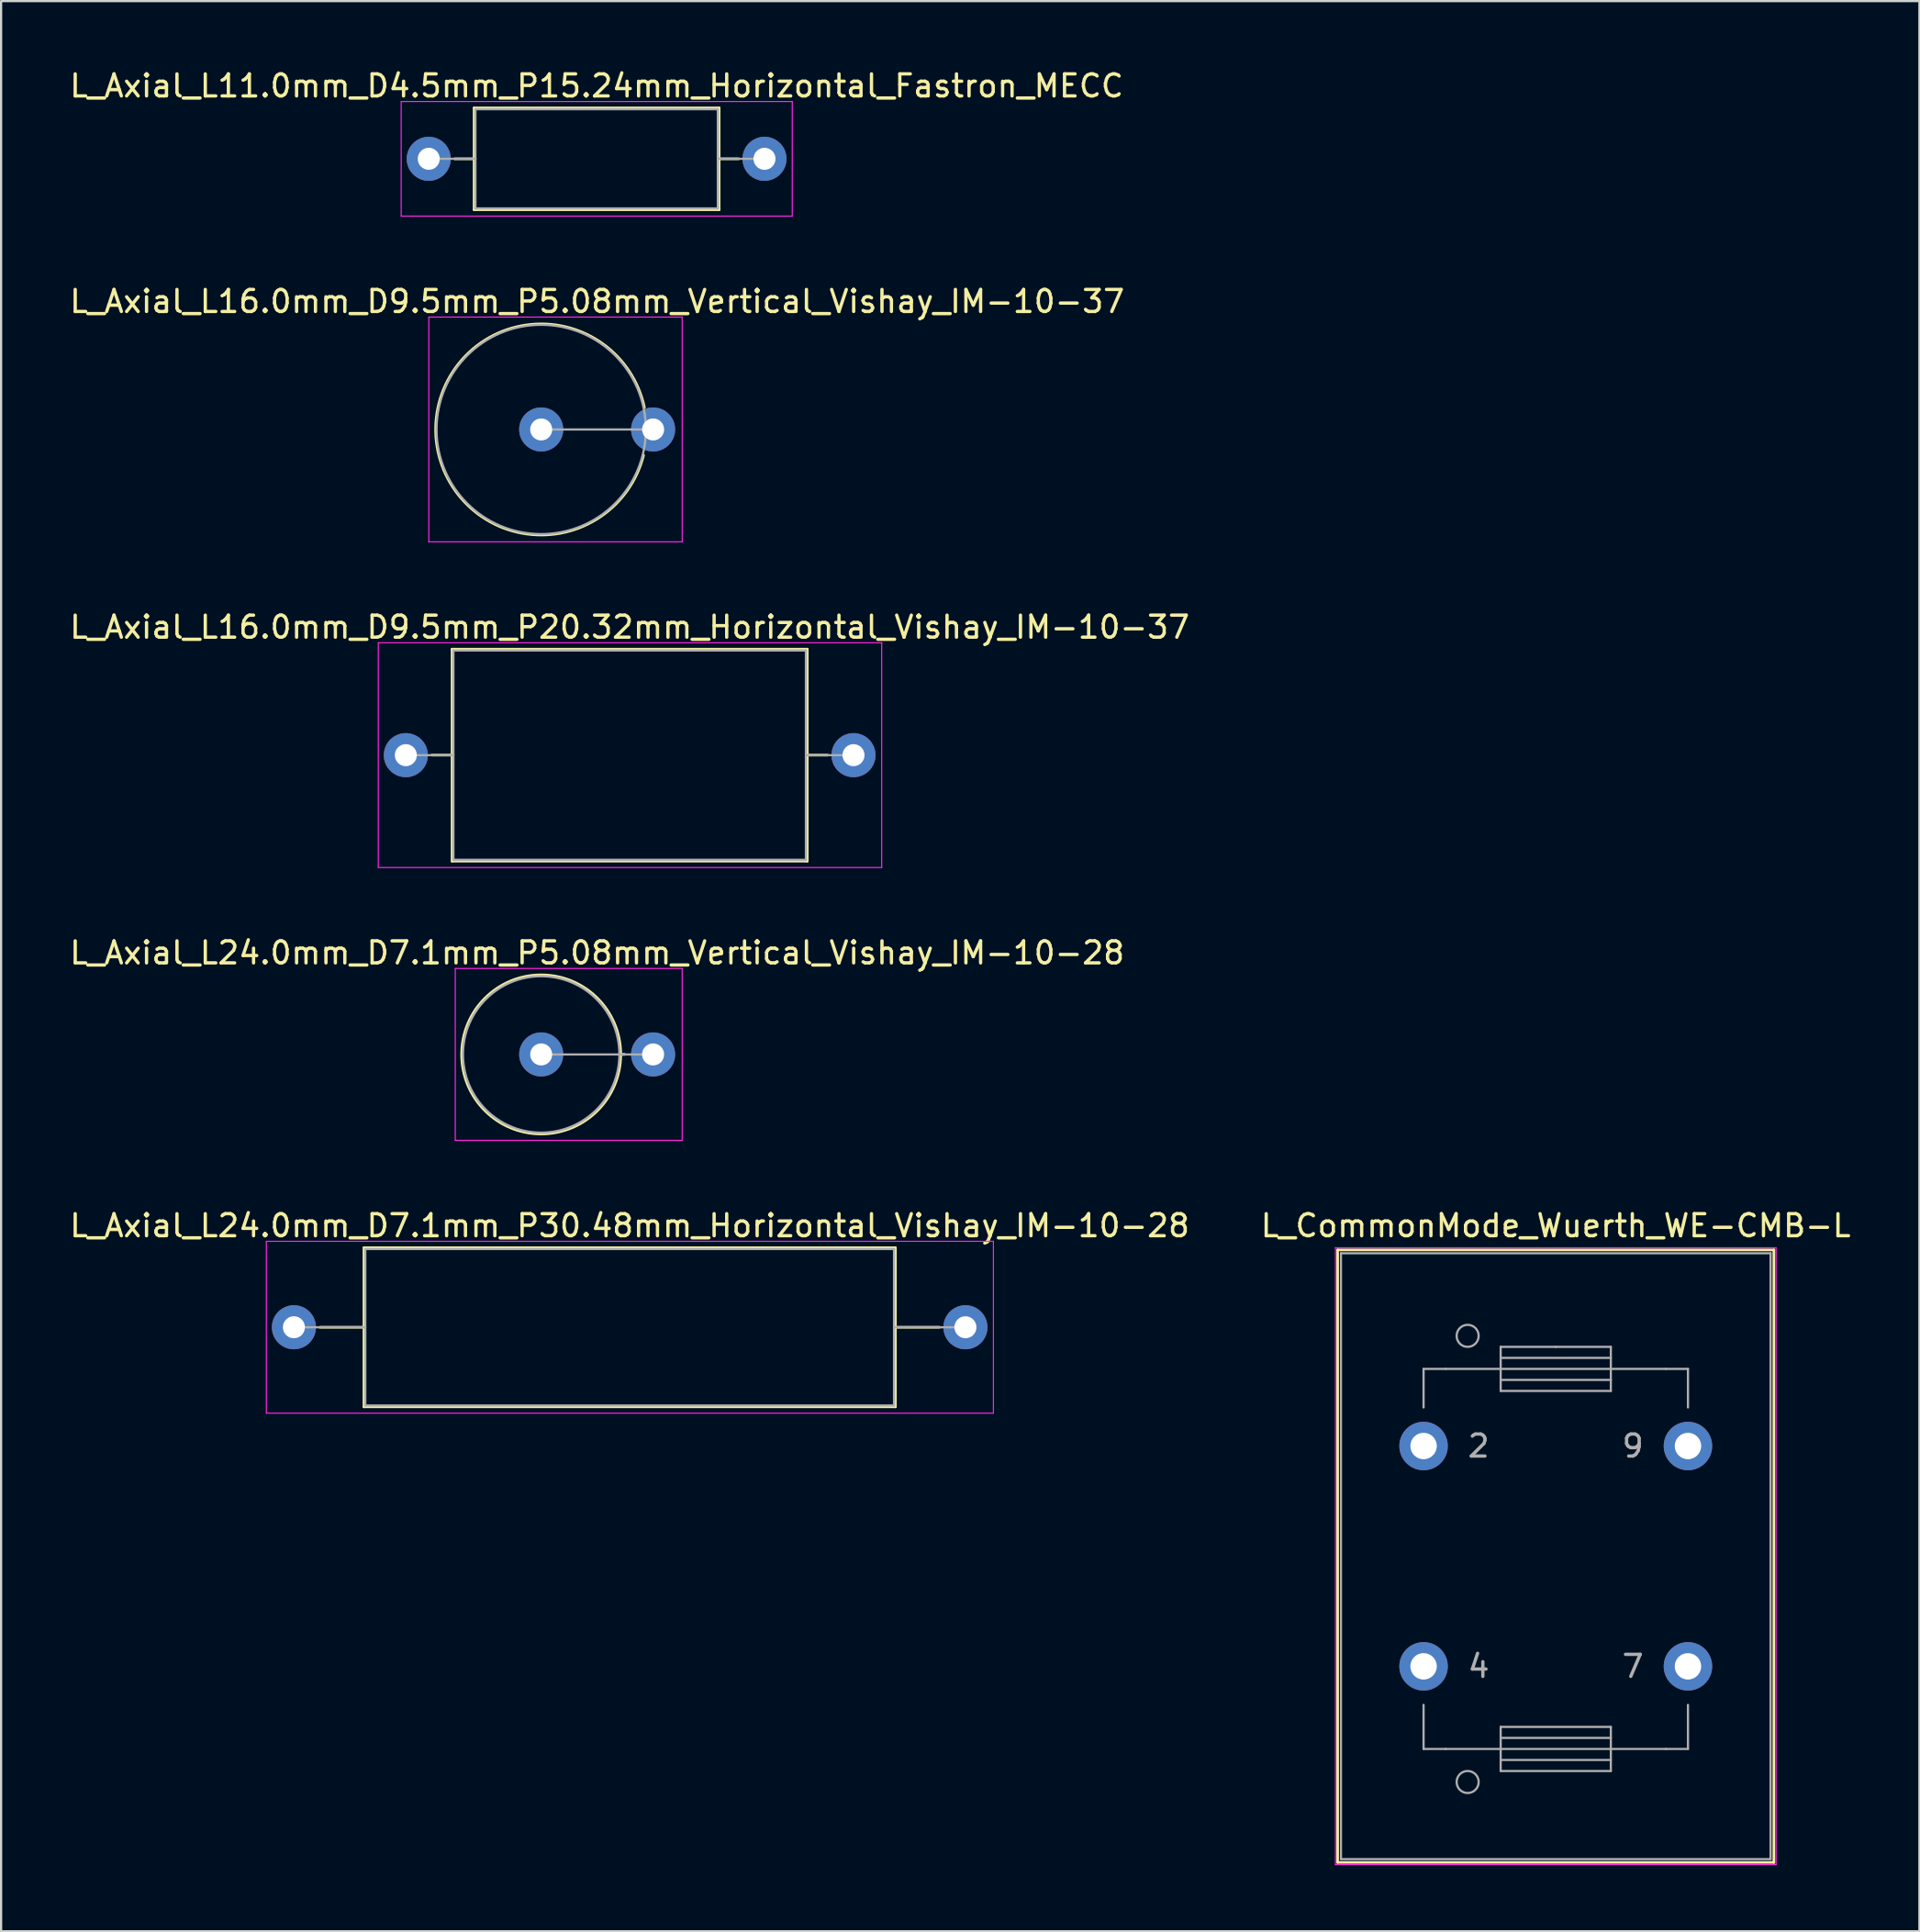
<source format=kicad_pcb>
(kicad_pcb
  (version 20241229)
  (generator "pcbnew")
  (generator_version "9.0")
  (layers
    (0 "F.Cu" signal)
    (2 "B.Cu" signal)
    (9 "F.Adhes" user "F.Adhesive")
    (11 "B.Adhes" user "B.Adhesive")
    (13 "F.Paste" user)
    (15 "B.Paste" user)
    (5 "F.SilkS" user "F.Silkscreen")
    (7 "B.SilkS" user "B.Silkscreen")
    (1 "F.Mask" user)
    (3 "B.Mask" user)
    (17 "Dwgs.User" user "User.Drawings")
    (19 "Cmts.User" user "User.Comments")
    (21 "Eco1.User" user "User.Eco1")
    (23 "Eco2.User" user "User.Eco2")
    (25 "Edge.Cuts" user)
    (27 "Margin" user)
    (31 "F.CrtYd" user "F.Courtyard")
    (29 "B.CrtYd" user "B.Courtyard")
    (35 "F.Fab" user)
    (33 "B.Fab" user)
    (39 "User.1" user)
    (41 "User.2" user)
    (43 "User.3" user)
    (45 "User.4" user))
  (footprint "L_Axial_L24.0mm_D7.1mm_P5.08mm_Vertical_Vishay_IM-10-28"
    (layer "F.Cu")
    (at 21.514 44.808)
    (property "Reference" "L_Axial_L24.0mm_D7.1mm_P5.08mm_Vertical_Vishay_IM-10-28" (at 2.54 -4.61 0) (layer "F.SilkS") (effects (font (size 1 1) (thickness 0.15))))
    (attr through_hole)
    (fp_line (start 3.61 0) (end 3.78 0) (stroke (width 0.12) (type solid)) (layer "F.SilkS"))
    (fp_circle (center 0 0) (end 3.61 0) (stroke (width 0.12) (type solid)) (fill no) (layer "F.SilkS"))
    (fp_line (start -3.9 -3.9) (end -3.9 3.9) (stroke (width 0.05) (type solid)) (layer "F.CrtYd"))
    (fp_line (start -3.9 3.9) (end 6.4 3.9) (stroke (width 0.05) (type solid)) (layer "F.CrtYd"))
    (fp_line (start 6.4 -3.9) (end -3.9 -3.9) (stroke (width 0.05) (type solid)) (layer "F.CrtYd"))
    (fp_line (start 6.4 3.9) (end 6.4 -3.9) (stroke (width 0.05) (type solid)) (layer "F.CrtYd"))
    (fp_line (start 0 0) (end 5.08 0) (stroke (width 0.1) (type solid)) (layer "F.Fab"))
    (fp_circle (center 0 0) (end 3.55 0) (stroke (width 0.1) (type solid)) (fill no) (layer "F.Fab"))
    (pad "1" thru_hole circle (at 0 0) (size 2 2) (drill 1) (layers "*.Cu" "*.Mask"))
    (pad "2" thru_hole oval (at 5.08 0) (size 2 2) (drill 1) (layers "*.Cu" "*.Mask")))
  (footprint "L_Axial_L16.0mm_D9.5mm_P5.08mm_Vertical_Vishay_IM-10-37"
    (layer "F.Cu")
    (at 21.514 16.442)
    (property "Reference" "L_Axial_L16.0mm_D9.5mm_P5.08mm_Vertical_Vishay_IM-10-37" (at 2.54 -5.81 0) (layer "F.SilkS") (effects (font (size 1 1) (thickness 0.15))))
    (attr through_hole)
    (fp_arc (start 4.645044 1.171139) (mid -4.789601 -0.087856) (end 4.684869 -1) (stroke (width 0.12) (type solid)) (layer "F.SilkS"))
    (fp_line (start -5.1 -5.1) (end -5.1 5.1) (stroke (width 0.05) (type solid)) (layer "F.CrtYd"))
    (fp_line (start -5.1 5.1) (end 6.4 5.1) (stroke (width 0.05) (type solid)) (layer "F.CrtYd"))
    (fp_line (start 6.4 -5.1) (end -5.1 -5.1) (stroke (width 0.05) (type solid)) (layer "F.CrtYd"))
    (fp_line (start 6.4 5.1) (end 6.4 -5.1) (stroke (width 0.05) (type solid)) (layer "F.CrtYd"))
    (fp_line (start 0 0) (end 5.08 0) (stroke (width 0.1) (type solid)) (layer "F.Fab"))
    (fp_circle (center 0 0) (end 4.75 0) (stroke (width 0.1) (type solid)) (fill no) (layer "F.Fab"))
    (pad "1" thru_hole circle (at 0 0) (size 2 2) (drill 1) (layers "*.Cu" "*.Mask"))
    (pad "2" thru_hole oval (at 5.08 0) (size 2 2) (drill 1) (layers "*.Cu" "*.Mask")))
  (footprint "L_CommonMode_Wuerth_WE-CMB-L"
    (layer "F.Cu")
    (at 61.565 62.581)
    (property "Reference" "L_CommonMode_Wuerth_WE-CMB-L" (at 6 -10 0) (layer "F.SilkS") (effects (font (size 1 1) (thickness 0.15))))
    (attr through_hole)
    (fp_line (start -3.9 18.9) (end -3.9 -8.9) (stroke (width 0.12) (type solid)) (layer "F.SilkS"))
    (fp_line (start -3.9 18.9) (end 15.9 18.9) (stroke (width 0.12) (type solid)) (layer "F.SilkS"))
    (fp_line (start 15.9 -8.9) (end -3.9 -8.9) (stroke (width 0.12) (type solid)) (layer "F.SilkS"))
    (fp_line (start 15.9 18.9) (end 15.9 -8.9) (stroke (width 0.12) (type solid)) (layer "F.SilkS"))
    (fp_line (start -4 -9) (end -4 19) (stroke (width 0.05) (type solid)) (layer "F.CrtYd"))
    (fp_line (start -4 19) (end 16 19) (stroke (width 0.05) (type solid)) (layer "F.CrtYd"))
    (fp_line (start 16 -9) (end -4 -9) (stroke (width 0.05) (type solid)) (layer "F.CrtYd"))
    (fp_line (start 16 19) (end 16 -9) (stroke (width 0.05) (type solid)) (layer "F.CrtYd"))
    (fp_line (start -3.75 -8.75) (end -3.75 18.75) (stroke (width 0.1) (type solid)) (layer "F.Fab"))
    (fp_line (start 0 -3.5) (end 0 -1.75) (stroke (width 0.1) (type solid)) (layer "F.Fab"))
    (fp_line (start 0 13.75) (end 0 11.75) (stroke (width 0.1) (type solid)) (layer "F.Fab"))
    (fp_line (start 1 -3.5) (end 0 -3.5) (stroke (width 0.1) (type solid)) (layer "F.Fab"))
    (fp_line (start 1 13.75) (end 0 13.75) (stroke (width 0.1) (type solid)) (layer "F.Fab"))
    (fp_line (start 1 13.75) (end 3.5 13.75) (stroke (width 0.1) (type solid)) (layer "F.Fab"))
    (fp_line (start 3.5 -4.5) (end 6 -4.5) (stroke (width 0.1) (type solid)) (layer "F.Fab"))
    (fp_line (start 3.5 -3.5) (end 1 -3.5) (stroke (width 0.1) (type solid)) (layer "F.Fab"))
    (fp_line (start 3.5 -3.5) (end 8.5 -3.5) (stroke (width 0.1) (type solid)) (layer "F.Fab"))
    (fp_line (start 3.5 -3) (end 8.5 -3) (stroke (width 0.1) (type solid)) (layer "F.Fab"))
    (fp_line (start 3.5 -2.5) (end 3.5 -4.5) (stroke (width 0.1) (type solid)) (layer "F.Fab"))
    (fp_line (start 3.5 12.75) (end 8.5 12.75) (stroke (width 0.1) (type solid)) (layer "F.Fab"))
    (fp_line (start 3.5 14.25) (end 8.5 14.25) (stroke (width 0.1) (type solid)) (layer "F.Fab"))
    (fp_line (start 3.5 14.75) (end 3.5 12.75) (stroke (width 0.1) (type solid)) (layer "F.Fab"))
    (fp_line (start 6 -4.5) (end 8.5 -4.5) (stroke (width 0.1) (type solid)) (layer "F.Fab"))
    (fp_line (start 8.5 -4.5) (end 8.5 -2.5) (stroke (width 0.1) (type solid)) (layer "F.Fab"))
    (fp_line (start 8.5 -4) (end 3.5 -4) (stroke (width 0.1) (type solid)) (layer "F.Fab"))
    (fp_line (start 8.5 -3.5) (end 11 -3.5) (stroke (width 0.1) (type solid)) (layer "F.Fab"))
    (fp_line (start 8.5 -2.5) (end 3.5 -2.5) (stroke (width 0.1) (type solid)) (layer "F.Fab"))
    (fp_line (start 8.5 12.75) (end 8.5 14.75) (stroke (width 0.1) (type solid)) (layer "F.Fab"))
    (fp_line (start 8.5 13.25) (end 3.5 13.25) (stroke (width 0.1) (type solid)) (layer "F.Fab"))
    (fp_line (start 8.5 13.75) (end 3.5 13.75) (stroke (width 0.1) (type solid)) (layer "F.Fab"))
    (fp_line (start 8.5 14.75) (end 3.5 14.75) (stroke (width 0.1) (type solid)) (layer "F.Fab"))
    (fp_line (start 11 -3.5) (end 12 -3.5) (stroke (width 0.1) (type solid)) (layer "F.Fab"))
    (fp_line (start 11 13.75) (end 8.5 13.75) (stroke (width 0.1) (type solid)) (layer "F.Fab"))
    (fp_line (start 11 13.75) (end 12 13.75) (stroke (width 0.1) (type solid)) (layer "F.Fab"))
    (fp_line (start 12 -3.5) (end 12 -1.75) (stroke (width 0.1) (type solid)) (layer "F.Fab"))
    (fp_line (start 12 13.75) (end 12 11.75) (stroke (width 0.1) (type solid)) (layer "F.Fab"))
    (fp_line (start 15.75 -8.75) (end -3.75 -8.75) (stroke (width 0.1) (type solid)) (layer "F.Fab"))
    (fp_line (start 15.75 -8.75) (end 15.75 18.75) (stroke (width 0.1) (type solid)) (layer "F.Fab"))
    (fp_line (start 15.75 18.75) (end -3.75 18.75) (stroke (width 0.1) (type solid)) (layer "F.Fab"))
    (fp_circle (center 2 -5) (end 2.5 -5) (stroke (width 0.1) (type solid)) (fill no) (layer "F.Fab"))
    (fp_circle (center 2 15.25) (end 2.5 15.25) (stroke (width 0.1) (type solid)) (fill no) (layer "F.Fab"))
    (fp_text user "9" (at 9.5 0 0) (layer "F.Fab") (effects (font (size 1 1) (thickness 0.15))))
    (fp_text user "7" (at 9.5 10 0) (layer "F.Fab") (effects (font (size 1 1) (thickness 0.15))))
    (fp_text user "4" (at 2.5 10 0) (layer "F.Fab") (effects (font (size 1 1) (thickness 0.15))))
    (fp_text user "2" (at 2.5 0 0) (layer "F.Fab") (effects (font (size 1 1) (thickness 0.15))))
    (pad "2" thru_hole circle (at 0 0) (size 2.2 2.2) (drill 1.2) (layers "*.Cu" "*.Mask"))
    (pad "4" thru_hole circle (at 0 10) (size 2.2 2.2) (drill 1.2) (layers "*.Cu" "*.Mask"))
    (pad "7" thru_hole circle (at 12 10) (size 2.2 2.2) (drill 1.2) (layers "*.Cu" "*.Mask"))
    (pad "9" thru_hole circle (at 12 0) (size 2.2 2.2) (drill 1.2) (layers "*.Cu" "*.Mask")))
  (footprint "L_Axial_L16.0mm_D9.5mm_P20.32mm_Horizontal_Vishay_IM-10-37"
    (layer "F.Cu")
    (at 15.37 31.225)
    (property "Reference" "L_Axial_L16.0mm_D9.5mm_P20.32mm_Horizontal_Vishay_IM-10-37" (at 10.16 -5.81 0) (layer "F.SilkS") (effects (font (size 1 1) (thickness 0.15))))
    (attr through_hole)
    (fp_line (start 1.18 0) (end 2.1 0) (stroke (width 0.12) (type solid)) (layer "F.SilkS"))
    (fp_line (start 2.1 -4.81) (end 2.1 4.81) (stroke (width 0.12) (type solid)) (layer "F.SilkS"))
    (fp_line (start 2.1 4.81) (end 18.22 4.81) (stroke (width 0.12) (type solid)) (layer "F.SilkS"))
    (fp_line (start 18.22 -4.81) (end 2.1 -4.81) (stroke (width 0.12) (type solid)) (layer "F.SilkS"))
    (fp_line (start 18.22 4.81) (end 18.22 -4.81) (stroke (width 0.12) (type solid)) (layer "F.SilkS"))
    (fp_line (start 19.14 0) (end 18.22 0) (stroke (width 0.12) (type solid)) (layer "F.SilkS"))
    (fp_line (start -1.25 -5.1) (end -1.25 5.1) (stroke (width 0.05) (type solid)) (layer "F.CrtYd"))
    (fp_line (start -1.25 5.1) (end 21.6 5.1) (stroke (width 0.05) (type solid)) (layer "F.CrtYd"))
    (fp_line (start 21.6 -5.1) (end -1.25 -5.1) (stroke (width 0.05) (type solid)) (layer "F.CrtYd"))
    (fp_line (start 21.6 5.1) (end 21.6 -5.1) (stroke (width 0.05) (type solid)) (layer "F.CrtYd"))
    (fp_line (start 0 0) (end 2.16 0) (stroke (width 0.1) (type solid)) (layer "F.Fab"))
    (fp_line (start 2.16 -4.75) (end 2.16 4.75) (stroke (width 0.1) (type solid)) (layer "F.Fab"))
    (fp_line (start 2.16 4.75) (end 18.16 4.75) (stroke (width 0.1) (type solid)) (layer "F.Fab"))
    (fp_line (start 18.16 -4.75) (end 2.16 -4.75) (stroke (width 0.1) (type solid)) (layer "F.Fab"))
    (fp_line (start 18.16 4.75) (end 18.16 -4.75) (stroke (width 0.1) (type solid)) (layer "F.Fab"))
    (fp_line (start 20.32 0) (end 18.16 0) (stroke (width 0.1) (type solid)) (layer "F.Fab"))
    (pad "1" thru_hole circle (at 0 0) (size 2 2) (drill 1) (layers "*.Cu" "*.Mask"))
    (pad "2" thru_hole oval (at 20.32 0) (size 2 2) (drill 1) (layers "*.Cu" "*.Mask")))
  (footprint "L_Axial_L11.0mm_D4.5mm_P15.24mm_Horizontal_Fastron_MECC"
    (layer "F.Cu")
    (at 16.41 4.158)
    (property "Reference" "L_Axial_L11.0mm_D4.5mm_P15.24mm_Horizontal_Fastron_MECC" (at 7.62 -3.31 0) (layer "F.SilkS") (effects (font (size 1 1) (thickness 0.15))))
    (attr through_hole)
    (fp_line (start 1.18 0) (end 2.06 0) (stroke (width 0.12) (type solid)) (layer "F.SilkS"))
    (fp_line (start 2.06 -2.31) (end 2.06 2.31) (stroke (width 0.12) (type solid)) (layer "F.SilkS"))
    (fp_line (start 2.06 2.31) (end 13.18 2.31) (stroke (width 0.12) (type solid)) (layer "F.SilkS"))
    (fp_line (start 13.18 -2.31) (end 2.06 -2.31) (stroke (width 0.12) (type solid)) (layer "F.SilkS"))
    (fp_line (start 13.18 2.31) (end 13.18 -2.31) (stroke (width 0.12) (type solid)) (layer "F.SilkS"))
    (fp_line (start 14.06 0) (end 13.18 0) (stroke (width 0.12) (type solid)) (layer "F.SilkS"))
    (fp_line (start -1.25 -2.6) (end -1.25 2.6) (stroke (width 0.05) (type solid)) (layer "F.CrtYd"))
    (fp_line (start -1.25 2.6) (end 16.5 2.6) (stroke (width 0.05) (type solid)) (layer "F.CrtYd"))
    (fp_line (start 16.5 -2.6) (end -1.25 -2.6) (stroke (width 0.05) (type solid)) (layer "F.CrtYd"))
    (fp_line (start 16.5 2.6) (end 16.5 -2.6) (stroke (width 0.05) (type solid)) (layer "F.CrtYd"))
    (fp_line (start 0 0) (end 2.12 0) (stroke (width 0.1) (type solid)) (layer "F.Fab"))
    (fp_line (start 2.12 -2.25) (end 2.12 2.25) (stroke (width 0.1) (type solid)) (layer "F.Fab"))
    (fp_line (start 2.12 2.25) (end 13.12 2.25) (stroke (width 0.1) (type solid)) (layer "F.Fab"))
    (fp_line (start 13.12 -2.25) (end 2.12 -2.25) (stroke (width 0.1) (type solid)) (layer "F.Fab"))
    (fp_line (start 13.12 2.25) (end 13.12 -2.25) (stroke (width 0.1) (type solid)) (layer "F.Fab"))
    (fp_line (start 15.24 0) (end 13.12 0) (stroke (width 0.1) (type solid)) (layer "F.Fab"))
    (pad "1" thru_hole circle (at 0 0) (size 2 2) (drill 1) (layers "*.Cu" "*.Mask"))
    (pad "2" thru_hole oval (at 15.24 0) (size 2 2) (drill 1) (layers "*.Cu" "*.Mask")))
  (footprint "L_Axial_L24.0mm_D7.1mm_P30.48mm_Horizontal_Vishay_IM-10-28"
    (layer "F.Cu")
    (at 10.29 57.191)
    (property "Reference" "L_Axial_L24.0mm_D7.1mm_P30.48mm_Horizontal_Vishay_IM-10-28" (at 15.24 -4.61 0) (layer "F.SilkS") (effects (font (size 1 1) (thickness 0.15))))
    (attr through_hole)
    (fp_line (start 1.18 0) (end 3.18 0) (stroke (width 0.12) (type solid)) (layer "F.SilkS"))
    (fp_line (start 3.18 -3.61) (end 3.18 3.61) (stroke (width 0.12) (type solid)) (layer "F.SilkS"))
    (fp_line (start 3.18 3.61) (end 27.3 3.61) (stroke (width 0.12) (type solid)) (layer "F.SilkS"))
    (fp_line (start 27.3 -3.61) (end 3.18 -3.61) (stroke (width 0.12) (type solid)) (layer "F.SilkS"))
    (fp_line (start 27.3 3.61) (end 27.3 -3.61) (stroke (width 0.12) (type solid)) (layer "F.SilkS"))
    (fp_line (start 29.3 0) (end 27.3 0) (stroke (width 0.12) (type solid)) (layer "F.SilkS"))
    (fp_line (start -1.25 -3.9) (end -1.25 3.9) (stroke (width 0.05) (type solid)) (layer "F.CrtYd"))
    (fp_line (start -1.25 3.9) (end 31.75 3.9) (stroke (width 0.05) (type solid)) (layer "F.CrtYd"))
    (fp_line (start 31.75 -3.9) (end -1.25 -3.9) (stroke (width 0.05) (type solid)) (layer "F.CrtYd"))
    (fp_line (start 31.75 3.9) (end 31.75 -3.9) (stroke (width 0.05) (type solid)) (layer "F.CrtYd"))
    (fp_line (start 0 0) (end 3.24 0) (stroke (width 0.1) (type solid)) (layer "F.Fab"))
    (fp_line (start 3.24 -3.55) (end 3.24 3.55) (stroke (width 0.1) (type solid)) (layer "F.Fab"))
    (fp_line (start 3.24 3.55) (end 27.24 3.55) (stroke (width 0.1) (type solid)) (layer "F.Fab"))
    (fp_line (start 27.24 -3.55) (end 3.24 -3.55) (stroke (width 0.1) (type solid)) (layer "F.Fab"))
    (fp_line (start 27.24 3.55) (end 27.24 -3.55) (stroke (width 0.1) (type solid)) (layer "F.Fab"))
    (fp_line (start 30.48 0) (end 27.24 0) (stroke (width 0.1) (type solid)) (layer "F.Fab"))
    (pad "1" thru_hole circle (at 0 0) (size 2 2) (drill 1) (layers "*.Cu" "*.Mask"))
    (pad "2" thru_hole oval (at 30.48 0) (size 2 2) (drill 1) (layers "*.Cu" "*.Mask")))
  (gr_rect
    (start -3 -3)
    (end 84.071 84.606)
    (stroke (width 0.1) (type default))
    (fill no)
    (layer "Edge.Cuts")))
</source>
